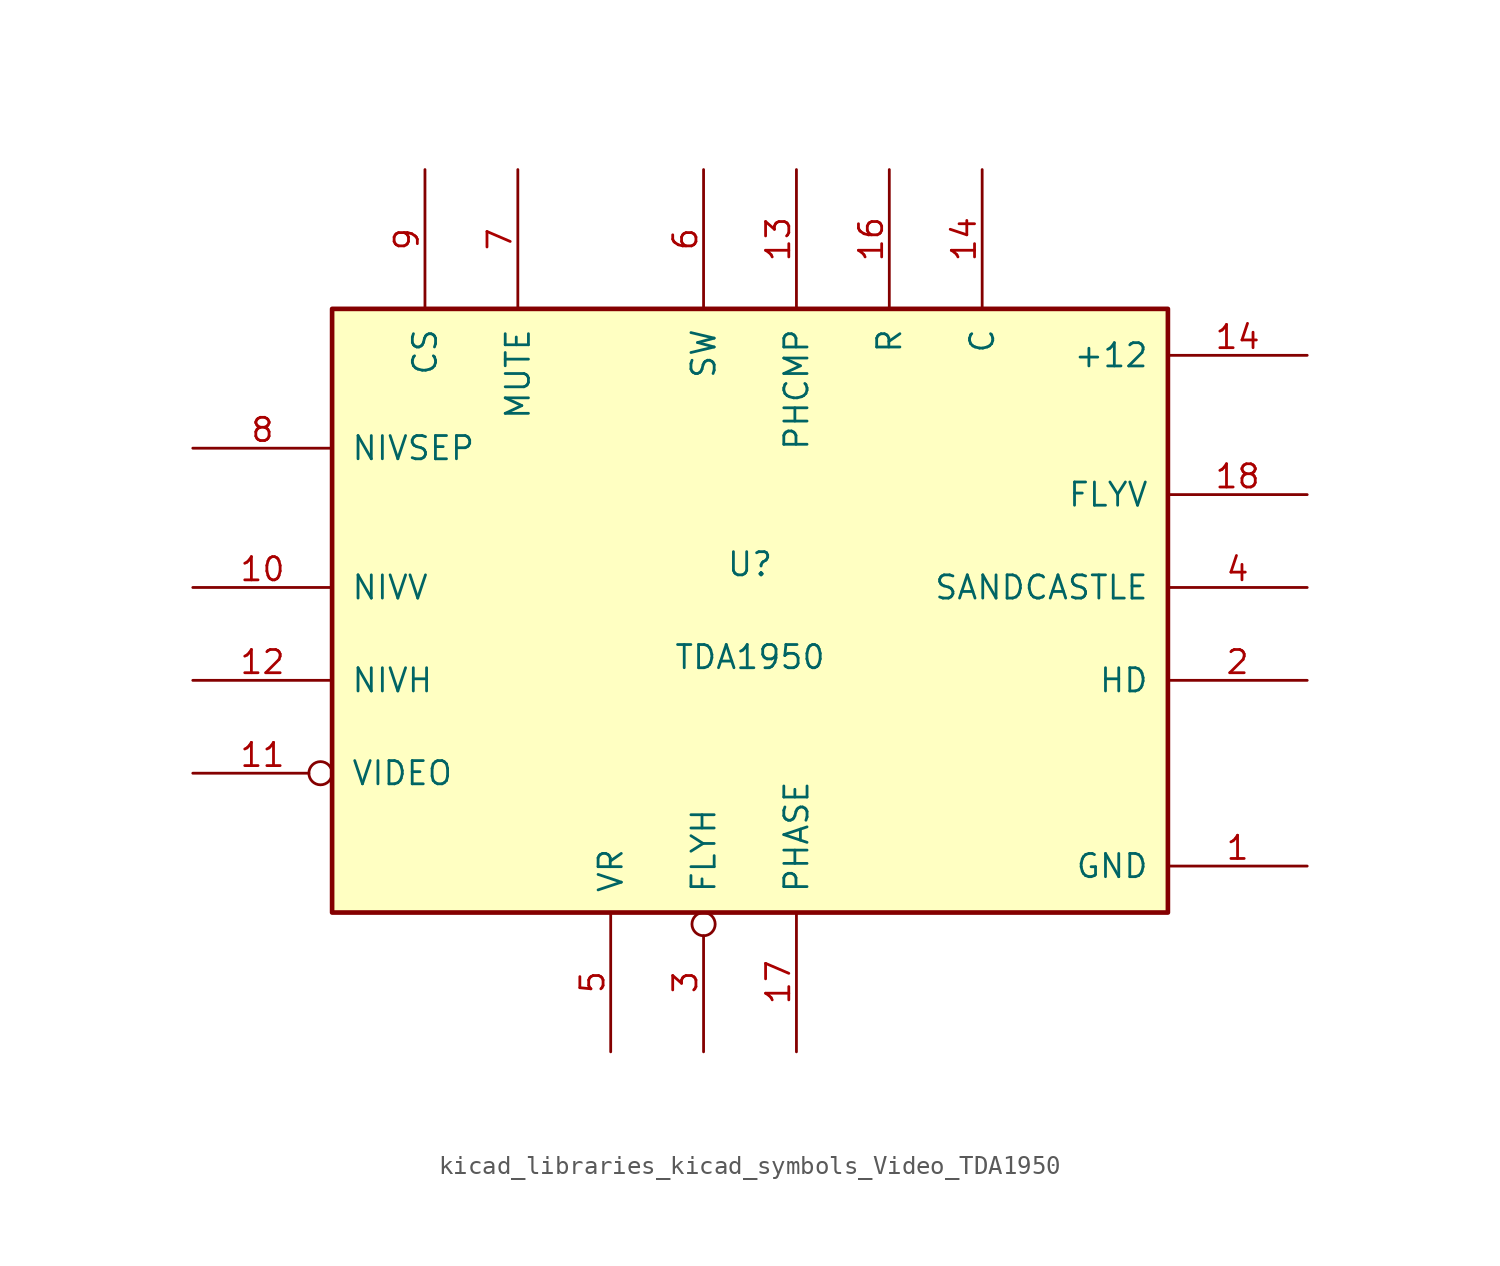
<source format=kicad_sym>
(kicad_symbol_lib
  (version 20220914)
  (generator kicad_symbol_editor)
  (symbol "kicad_libraries_kicad_symbols_Video_TDA1950"
    (pin_names
      (offset 1.016))
    (property "Reference" "U"
      (at 0 2.54 0)
      (effects (font (size 1.27 1.27))))
    (property "Value" "TDA1950"
      (at 0 -2.54 0)
      (effects (font (size 1.27 1.27))))
    (symbol "kicad_libraries_kicad_symbols_Video_TDA1950_0_1"
      (rectangle (start -22.86 -16.51) (end 22.86 16.51) (stroke (width 0.254) (type default)) (fill (type background))))
    (symbol "kicad_libraries_kicad_symbols_Video_TDA1950_1_1"
      (pin input line (at 30.48 -13.97 180) (length 7.62) (name "GND" (effects (font (size 1.27 1.27)))) (number "1" (effects (font (size 1.27 1.27)))))
      (pin output line (at -30.48 1.27 0) (length 7.62) (name "NIVV" (effects (font (size 1.27 1.27)))) (number "10" (effects (font (size 1.27 1.27)))))
      (pin input inverted (at -30.48 -8.89 0) (length 7.62) (name "VIDEO" (effects (font (size 1.27 1.27)))) (number "11" (effects (font (size 1.27 1.27)))))
      (pin output line (at -30.48 -3.81 0) (length 7.62) (name "NIVH" (effects (font (size 1.27 1.27)))) (number "12" (effects (font (size 1.27 1.27)))))
      (pin output line (at 2.54 24.13 270) (length 7.62) (name "PHCMP" (effects (font (size 1.27 1.27)))) (number "13" (effects (font (size 1.27 1.27)))))
      (pin input line (at 30.48 13.97 180) (length 7.62) (name "+12" (effects (font (size 1.27 1.27)))) (number "14" (effects (font (size 1.27 1.27)))))
      (pin output line (at 12.7 24.13 270) (length 7.62) (name "C" (effects (font (size 1.27 1.27)))) (number "14" (effects (font (size 1.27 1.27)))))
      (pin output line (at 7.62 24.13 270) (length 7.62) (name "R" (effects (font (size 1.27 1.27)))) (number "16" (effects (font (size 1.27 1.27)))))
      (pin input line (at 2.54 -24.13 90) (length 7.62) (name "PHASE" (effects (font (size 1.27 1.27)))) (number "17" (effects (font (size 1.27 1.27)))))
      (pin input line (at 30.48 6.35 180) (length 7.62) (name "FLYV" (effects (font (size 1.27 1.27)))) (number "18" (effects (font (size 1.27 1.27)))))
      (pin output line (at 30.48 -3.81 180) (length 7.62) (name "HD" (effects (font (size 1.27 1.27)))) (number "2" (effects (font (size 1.27 1.27)))))
      (pin input inverted (at -2.54 -24.13 90) (length 7.62) (name "FLYH" (effects (font (size 1.27 1.27)))) (number "3" (effects (font (size 1.27 1.27)))))
      (pin output line (at 30.48 1.27 180) (length 7.62) (name "SANDCASTLE" (effects (font (size 1.27 1.27)))) (number "4" (effects (font (size 1.27 1.27)))))
      (pin input line (at -7.62 -24.13 90) (length 7.62) (name "VR" (effects (font (size 1.27 1.27)))) (number "5" (effects (font (size 1.27 1.27)))))
      (pin output line (at -2.54 24.13 270) (length 7.62) (name "SW" (effects (font (size 1.27 1.27)))) (number "6" (effects (font (size 1.27 1.27)))))
      (pin output line (at -12.7 24.13 270) (length 7.62) (name "MUTE" (effects (font (size 1.27 1.27)))) (number "7" (effects (font (size 1.27 1.27)))))
      (pin input line (at -30.48 8.89 0) (length 7.62) (name "NIVSEP" (effects (font (size 1.27 1.27)))) (number "8" (effects (font (size 1.27 1.27)))))
      (pin output line (at -17.78 24.13 270) (length 7.62) (name "CS" (effects (font (size 1.27 1.27)))) (number "9" (effects (font (size 1.27 1.27))))))))
</source>
